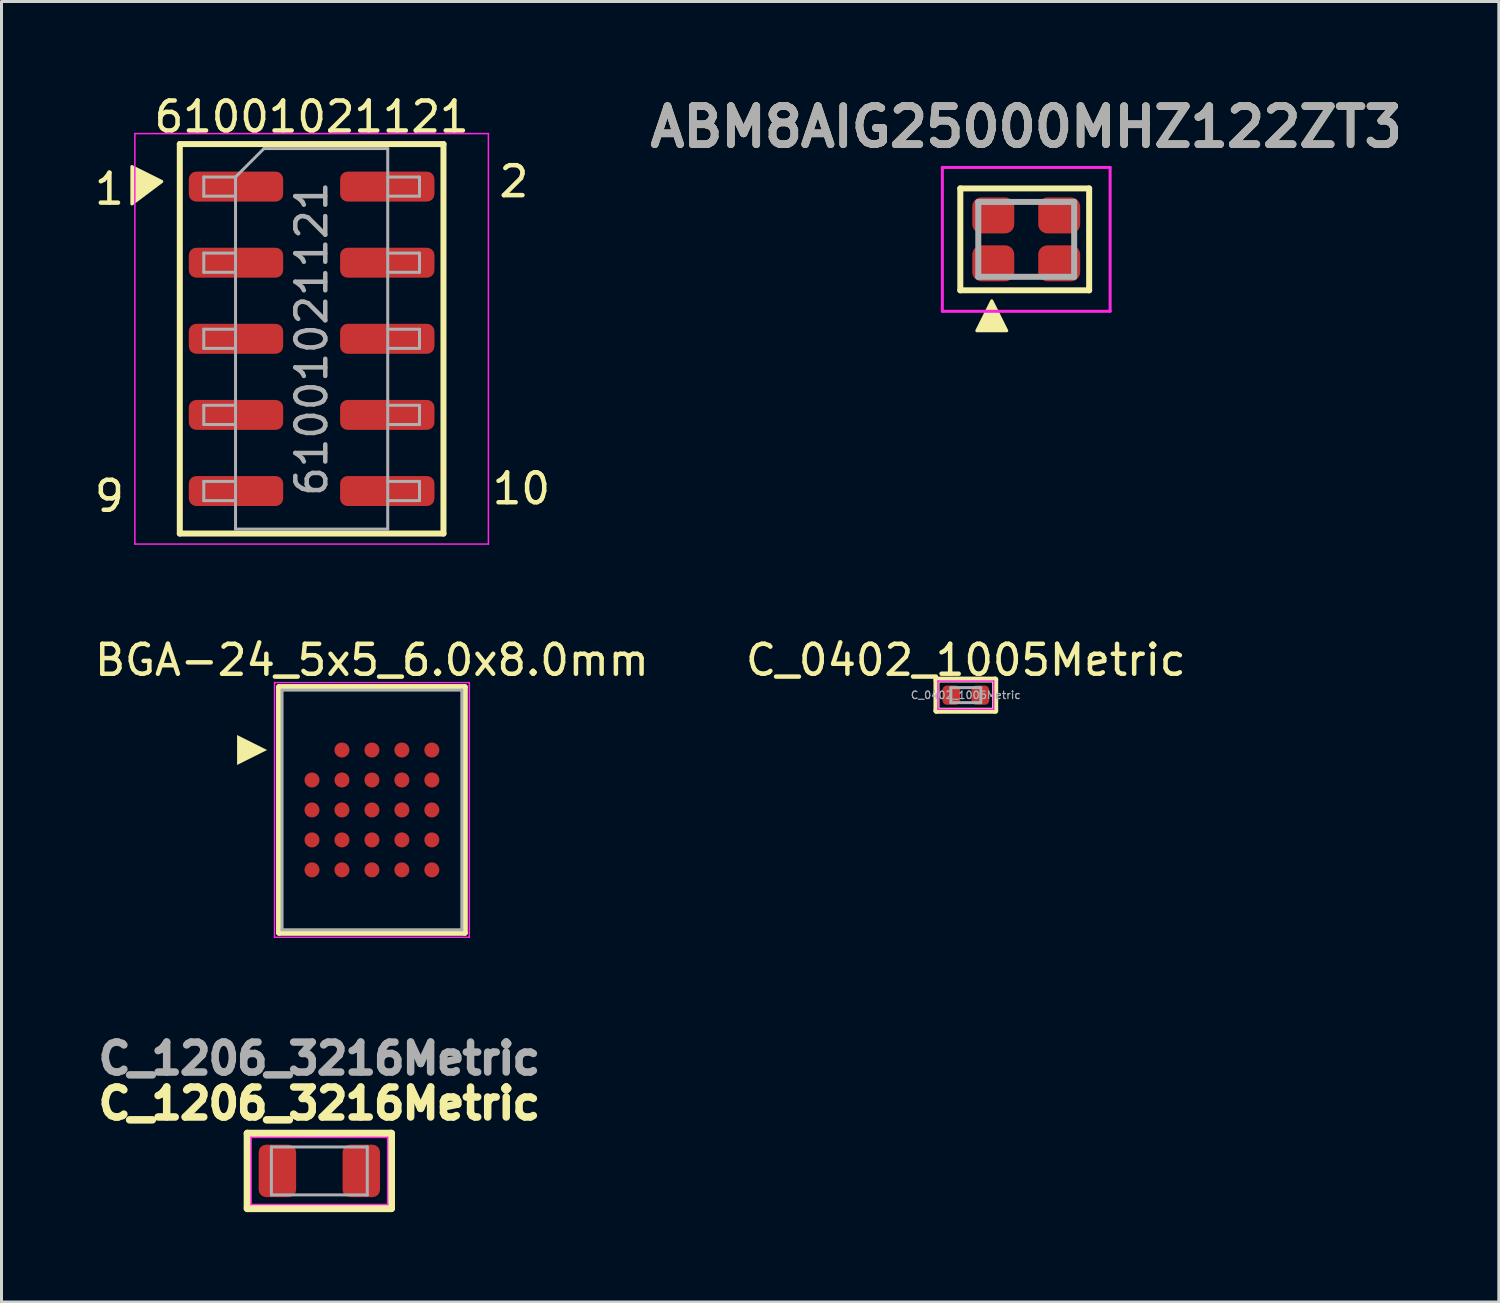
<source format=kicad_pcb>
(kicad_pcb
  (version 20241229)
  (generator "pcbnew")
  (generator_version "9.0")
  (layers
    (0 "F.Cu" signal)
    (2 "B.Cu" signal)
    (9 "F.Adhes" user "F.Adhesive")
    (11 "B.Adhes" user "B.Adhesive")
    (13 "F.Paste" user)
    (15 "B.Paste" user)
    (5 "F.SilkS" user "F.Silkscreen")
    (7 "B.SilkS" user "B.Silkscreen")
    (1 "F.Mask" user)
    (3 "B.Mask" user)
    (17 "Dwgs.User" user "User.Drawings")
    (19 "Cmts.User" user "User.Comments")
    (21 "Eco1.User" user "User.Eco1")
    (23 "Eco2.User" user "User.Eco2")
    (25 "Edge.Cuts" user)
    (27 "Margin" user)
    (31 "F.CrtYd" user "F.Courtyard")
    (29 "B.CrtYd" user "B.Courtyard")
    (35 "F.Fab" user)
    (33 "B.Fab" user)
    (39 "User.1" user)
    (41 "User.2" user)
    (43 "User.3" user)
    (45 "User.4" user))
  (footprint "61001021121"
    (layer "F.Cu")
    (at 7.351 8.258)
    (property "Reference" "61001021121" (at 0 -7.41 0) (layer "F.SilkS") (effects (font (size 1 1) (thickness 0.15))))
    (attr smd)
    (fp_line (start -4.4 -6.5) (end -4.4 6.5) (stroke (width 0.2) (type solid)) (layer "F.SilkS"))
    (fp_line (start -4.4 -6.5) (end 4.4 -6.5) (stroke (width 0.2) (type solid)) (layer "F.SilkS"))
    (fp_line (start -4.4 6.5) (end 4.4 6.5) (stroke (width 0.2) (type solid)) (layer "F.SilkS"))
    (fp_line (start 4.4 6.5) (end 4.4 -6.5) (stroke (width 0.2) (type solid)) (layer "F.SilkS"))
    (fp_poly (pts (xy -5 -5.25) (xy -6 -4.5) (xy -6 -5.75)) (stroke (width 0.1) (type solid)) (fill yes) (layer "F.SilkS"))
    (fp_line (start -5.9 -6.85) (end -5.9 6.85) (stroke (width 0.05) (type solid)) (layer "F.CrtYd"))
    (fp_line (start -5.9 6.85) (end 5.9 6.85) (stroke (width 0.05) (type solid)) (layer "F.CrtYd"))
    (fp_line (start 5.9 -6.85) (end -5.9 -6.85) (stroke (width 0.05) (type solid)) (layer "F.CrtYd"))
    (fp_line (start 5.9 6.85) (end 5.9 -6.85) (stroke (width 0.05) (type solid)) (layer "F.CrtYd"))
    (fp_line (start -3.6 -5.4) (end -3.6 -4.76) (stroke (width 0.1) (type solid)) (layer "F.Fab"))
    (fp_line (start -3.6 -4.76) (end -2.54 -4.76) (stroke (width 0.1) (type solid)) (layer "F.Fab"))
    (fp_line (start -3.6 -2.86) (end -3.6 -2.22) (stroke (width 0.1) (type solid)) (layer "F.Fab"))
    (fp_line (start -3.6 -2.22) (end -2.54 -2.22) (stroke (width 0.1) (type solid)) (layer "F.Fab"))
    (fp_line (start -3.6 -0.32) (end -3.6 0.32) (stroke (width 0.1) (type solid)) (layer "F.Fab"))
    (fp_line (start -3.6 0.32) (end -2.54 0.32) (stroke (width 0.1) (type solid)) (layer "F.Fab"))
    (fp_line (start -3.6 2.22) (end -3.6 2.86) (stroke (width 0.1) (type solid)) (layer "F.Fab"))
    (fp_line (start -3.6 2.86) (end -2.54 2.86) (stroke (width 0.1) (type solid)) (layer "F.Fab"))
    (fp_line (start -3.6 4.76) (end -3.6 5.4) (stroke (width 0.1) (type solid)) (layer "F.Fab"))
    (fp_line (start -3.6 5.4) (end -2.54 5.4) (stroke (width 0.1) (type solid)) (layer "F.Fab"))
    (fp_line (start -2.54 -5.4) (end -3.6 -5.4) (stroke (width 0.1) (type solid)) (layer "F.Fab"))
    (fp_line (start -2.54 -5.4) (end -1.59 -6.35) (stroke (width 0.1) (type solid)) (layer "F.Fab"))
    (fp_line (start -2.54 -2.86) (end -3.6 -2.86) (stroke (width 0.1) (type solid)) (layer "F.Fab"))
    (fp_line (start -2.54 -0.32) (end -3.6 -0.32) (stroke (width 0.1) (type solid)) (layer "F.Fab"))
    (fp_line (start -2.54 2.22) (end -3.6 2.22) (stroke (width 0.1) (type solid)) (layer "F.Fab"))
    (fp_line (start -2.54 4.76) (end -3.6 4.76) (stroke (width 0.1) (type solid)) (layer "F.Fab"))
    (fp_line (start -2.54 6.35) (end -2.54 -5.4) (stroke (width 0.1) (type solid)) (layer "F.Fab"))
    (fp_line (start -1.59 -6.35) (end 2.54 -6.35) (stroke (width 0.1) (type solid)) (layer "F.Fab"))
    (fp_line (start 2.54 -6.35) (end 2.54 6.35) (stroke (width 0.1) (type solid)) (layer "F.Fab"))
    (fp_line (start 2.54 -5.4) (end 3.6 -5.4) (stroke (width 0.1) (type solid)) (layer "F.Fab"))
    (fp_line (start 2.54 -2.86) (end 3.6 -2.86) (stroke (width 0.1) (type solid)) (layer "F.Fab"))
    (fp_line (start 2.54 -0.32) (end 3.6 -0.32) (stroke (width 0.1) (type solid)) (layer "F.Fab"))
    (fp_line (start 2.54 2.22) (end 3.6 2.22) (stroke (width 0.1) (type solid)) (layer "F.Fab"))
    (fp_line (start 2.54 4.76) (end 3.6 4.76) (stroke (width 0.1) (type solid)) (layer "F.Fab"))
    (fp_line (start 2.54 6.35) (end -2.54 6.35) (stroke (width 0.1) (type solid)) (layer "F.Fab"))
    (fp_line (start 3.6 -5.4) (end 3.6 -4.76) (stroke (width 0.1) (type solid)) (layer "F.Fab"))
    (fp_line (start 3.6 -4.76) (end 2.54 -4.76) (stroke (width 0.1) (type solid)) (layer "F.Fab"))
    (fp_line (start 3.6 -2.86) (end 3.6 -2.22) (stroke (width 0.1) (type solid)) (layer "F.Fab"))
    (fp_line (start 3.6 -2.22) (end 2.54 -2.22) (stroke (width 0.1) (type solid)) (layer "F.Fab"))
    (fp_line (start 3.6 -0.32) (end 3.6 0.32) (stroke (width 0.1) (type solid)) (layer "F.Fab"))
    (fp_line (start 3.6 0.32) (end 2.54 0.32) (stroke (width 0.1) (type solid)) (layer "F.Fab"))
    (fp_line (start 3.6 2.22) (end 3.6 2.86) (stroke (width 0.1) (type solid)) (layer "F.Fab"))
    (fp_line (start 3.6 2.86) (end 2.54 2.86) (stroke (width 0.1) (type solid)) (layer "F.Fab"))
    (fp_line (start 3.6 4.76) (end 3.6 5.4) (stroke (width 0.1) (type solid)) (layer "F.Fab"))
    (fp_line (start 3.6 5.4) (end 2.54 5.4) (stroke (width 0.1) (type solid)) (layer "F.Fab"))
    (fp_text user "2" (at 6.75 -5.25 0) (layer "F.SilkS") (effects (font (size 1 1) (thickness 0.15))))
    (fp_text user "1" (at -6.75 -5 0) (layer "F.SilkS") (effects (font (size 1 1) (thickness 0.15))))
    (fp_text user "9" (at -6.75 5.25 0) (layer "F.SilkS") (effects (font (size 1 1) (thickness 0.15))))
    (fp_text user "10" (at 7 5 0) (layer "F.SilkS") (effects (font (size 1 1) (thickness 0.15))))
    (fp_text user "${REFERENCE}" (at 0 0 90) (layer "F.Fab") (effects (font (size 1 1) (thickness 0.15))))
    (pad "1" smd roundrect (at -2.525 -5.08) (size 3.15 1) (layers "F.Cu" "F.Mask" "F.Paste") (roundrect_rratio 0.25))
    (pad "2" smd roundrect (at 2.525 -5.08) (size 3.15 1) (layers "F.Cu" "F.Mask" "F.Paste") (roundrect_rratio 0.25))
    (pad "3" smd roundrect (at -2.525 -2.54) (size 3.15 1) (layers "F.Cu" "F.Mask" "F.Paste") (roundrect_rratio 0.25))
    (pad "4" smd roundrect (at 2.525 -2.54) (size 3.15 1) (layers "F.Cu" "F.Mask" "F.Paste") (roundrect_rratio 0.25))
    (pad "5" smd roundrect (at -2.525 0) (size 3.15 1) (layers "F.Cu" "F.Mask" "F.Paste") (roundrect_rratio 0.25))
    (pad "6" smd roundrect (at 2.525 0) (size 3.15 1) (layers "F.Cu" "F.Mask" "F.Paste") (roundrect_rratio 0.25))
    (pad "7" smd roundrect (at -2.525 2.54) (size 3.15 1) (layers "F.Cu" "F.Mask" "F.Paste") (roundrect_rratio 0.25))
    (pad "8" smd roundrect (at 2.525 2.54) (size 3.15 1) (layers "F.Cu" "F.Mask" "F.Paste") (roundrect_rratio 0.25))
    (pad "9" smd roundrect (at -2.525 5.08) (size 3.15 1) (layers "F.Cu" "F.Mask" "F.Paste") (roundrect_rratio 0.25))
    (pad "10" smd roundrect (at 2.525 5.08) (size 3.15 1) (layers "F.Cu" "F.Mask" "F.Paste") (roundrect_rratio 0.25)))
  (footprint "ABM8AIG25000MHZ122ZT3"
    (layer "F.Cu")
    (at 31.201 4.939)
    (property "Reference" "ABM8AIG25000MHZ122ZT3" (at 0 -3.75 0) (layer "F.SilkS") (effects (font (size 1.27 1.27) (thickness 0.254))))
    (attr smd)
    (fp_line (start -2.2 -1.7) (end 2.1 -1.7) (stroke (width 0.2) (type solid)) (layer "F.SilkS"))
    (fp_line (start -2.2 1.7) (end -2.2 -1.7) (stroke (width 0.2) (type solid)) (layer "F.SilkS"))
    (fp_line (start -2.2 1.7) (end 2.1 1.7) (stroke (width 0.2) (type solid)) (layer "F.SilkS"))
    (fp_line (start 2.1 1.7) (end 2.1 -1.7) (stroke (width 0.2) (type solid)) (layer "F.SilkS"))
    (fp_poly (pts (xy -0.65 3.05) (xy -1.65 3.05) (xy -1.15 2.05)) (stroke (width 0.1) (type solid)) (fill yes) (layer "F.SilkS"))
    (fp_line (start -2.8 -2.4) (end 2.8 -2.4) (stroke (width 0.1) (type solid)) (layer "F.CrtYd"))
    (fp_line (start -2.8 2.4) (end -2.8 -2.4) (stroke (width 0.1) (type solid)) (layer "F.CrtYd"))
    (fp_line (start 2.8 -2.4) (end 2.8 2.4) (stroke (width 0.1) (type solid)) (layer "F.CrtYd"))
    (fp_line (start 2.8 2.4) (end -2.8 2.4) (stroke (width 0.1) (type solid)) (layer "F.CrtYd"))
    (fp_line (start -1.6 -1.25) (end -1.6 1.25) (stroke (width 0.2) (type solid)) (layer "F.Fab"))
    (fp_line (start -1.6 1.25) (end 1.6 1.25) (stroke (width 0.2) (type solid)) (layer "F.Fab"))
    (fp_line (start 1.6 -1.25) (end -1.6 -1.25) (stroke (width 0.2) (type solid)) (layer "F.Fab"))
    (fp_line (start 1.6 1.25) (end 1.6 -1.25) (stroke (width 0.2) (type solid)) (layer "F.Fab"))
    (fp_text user "${REFERENCE}" (at 0 -3.75 0) (layer "F.Fab") (effects (font (size 1.27 1.27) (thickness 0.254))))
    (pad "1" smd roundrect (at -1.1 0.8 90) (size 1.2 1.4) (layers "F.Cu" "F.Mask" "F.Paste") (roundrect_rratio 0.25))
    (pad "2" smd roundrect (at 1.1 0.8 90) (size 1.2 1.4) (layers "F.Cu" "F.Mask" "F.Paste") (roundrect_rratio 0.25))
    (pad "3" smd roundrect (at 1.1 -0.8 90) (size 1.2 1.4) (layers "F.Cu" "F.Mask" "F.Paste") (roundrect_rratio 0.25))
    (pad "4" smd roundrect (at -1.1 -0.8 90) (size 1.2 1.4) (layers "F.Cu" "F.Mask" "F.Paste") (roundrect_rratio 0.25)))
  (footprint "C_0402_1005Metric"
    (layer "F.Cu")
    (at 29.185 20.151)
    (property "Reference" "C_0402_1005Metric" (at 0 -1.17 0) (layer "F.SilkS") (effects (font (size 1 1) (thickness 0.15))))
    (attr smd)
    (fp_line (start -0.98 -0.52) (end -0.98 0.52) (stroke (width 0.2) (type solid)) (layer "F.SilkS"))
    (fp_line (start -0.98 -0.52) (end 0.98 -0.52) (stroke (width 0.2) (type solid)) (layer "F.SilkS"))
    (fp_line (start -0.98 0.52) (end 0.98 0.52) (stroke (width 0.2) (type solid)) (layer "F.SilkS"))
    (fp_line (start 0.98 -0.52) (end 0.98 0.52) (stroke (width 0.2) (type solid)) (layer "F.SilkS"))
    (fp_line (start -0.93 -0.47) (end 0.93 -0.47) (stroke (width 0.05) (type solid)) (layer "F.CrtYd"))
    (fp_line (start -0.93 0.47) (end -0.93 -0.47) (stroke (width 0.05) (type solid)) (layer "F.CrtYd"))
    (fp_line (start 0.93 -0.47) (end 0.93 0.47) (stroke (width 0.05) (type solid)) (layer "F.CrtYd"))
    (fp_line (start 0.93 0.47) (end -0.93 0.47) (stroke (width 0.05) (type solid)) (layer "F.CrtYd"))
    (fp_line (start -0.5 -0.25) (end 0.5 -0.25) (stroke (width 0.1) (type solid)) (layer "F.Fab"))
    (fp_line (start -0.5 0.25) (end -0.5 -0.25) (stroke (width 0.1) (type solid)) (layer "F.Fab"))
    (fp_line (start 0.5 -0.25) (end 0.5 0.25) (stroke (width 0.1) (type solid)) (layer "F.Fab"))
    (fp_line (start 0.5 0.25) (end -0.5 0.25) (stroke (width 0.1) (type solid)) (layer "F.Fab"))
    (fp_text user "${REFERENCE}" (at 0 0 0) (layer "F.Fab") (effects (font (size 0.25 0.25) (thickness 0.04))))
    (pad "1" smd roundrect (at -0.485 0) (size 0.59 0.64) (layers "F.Cu" "F.Mask" "F.Paste") (roundrect_rratio 0.25))
    (pad "2" smd roundrect (at 0.485 0) (size 0.59 0.64) (layers "F.Cu" "F.Mask" "F.Paste") (roundrect_rratio 0.25)))
  (footprint "BGA-24_5x5_6.0x8.0mm"
    (layer "F.Cu")
    (at 9.363 23.982)
    (property "Reference" "BGA-24_5x5_6.0x8.0mm" (at 0 -5 0) (layer "F.SilkS") (effects (font (size 1 1) (thickness 0.15))))
    (attr smd)
    (fp_line (start -3.1 -4.1) (end -3.1 4.1) (stroke (width 0.2) (type solid)) (layer "F.SilkS"))
    (fp_line (start -3.1 -4.1) (end 3.1 -4.1) (stroke (width 0.2) (type solid)) (layer "F.SilkS"))
    (fp_line (start -3.1 4.1) (end 3.1 4.1) (stroke (width 0.2) (type solid)) (layer "F.SilkS"))
    (fp_line (start 3.1 -4.1) (end 3.1 4.1) (stroke (width 0.2) (type solid)) (layer "F.SilkS"))
    (fp_poly (pts (xy -3.5 -2) (xy -4.5 -1.5) (xy -4.5 -2.5)) (stroke (width 0) (type solid)) (fill yes) (layer "F.SilkS"))
    (fp_line (start -3.25 -4.25) (end 3.25 -4.25) (stroke (width 0.05) (type solid)) (layer "F.CrtYd"))
    (fp_line (start -3.25 4.25) (end -3.25 -4.25) (stroke (width 0.05) (type solid)) (layer "F.CrtYd"))
    (fp_line (start 3.25 -4.25) (end 3.25 4.25) (stroke (width 0.05) (type solid)) (layer "F.CrtYd"))
    (fp_line (start 3.25 4.25) (end -3.25 4.25) (stroke (width 0.05) (type solid)) (layer "F.CrtYd"))
    (fp_line (start -3 -4) (end -3 4) (stroke (width 0.1) (type solid)) (layer "F.Fab"))
    (fp_line (start -3 4) (end 3 4) (stroke (width 0.1) (type solid)) (layer "F.Fab"))
    (fp_line (start 3 -4) (end -3 -4) (stroke (width 0.1) (type solid)) (layer "F.Fab"))
    (fp_line (start 3 4) (end 3 -4) (stroke (width 0.1) (type solid)) (layer "F.Fab"))
    (pad "A2" smd circle (at -1 -2) (size 0.5 0.5) (layers "F.Cu" "F.Mask" "F.Paste"))
    (pad "A3" smd circle (at 0 -2) (size 0.5 0.5) (layers "F.Cu" "F.Mask" "F.Paste"))
    (pad "A4" smd circle (at 1 -2) (size 0.5 0.5) (layers "F.Cu" "F.Mask" "F.Paste"))
    (pad "A5" smd circle (at 2 -2) (size 0.5 0.5) (layers "F.Cu" "F.Mask" "F.Paste"))
    (pad "B1" smd circle (at -2 -1) (size 0.5 0.5) (layers "F.Cu" "F.Mask" "F.Paste"))
    (pad "B2" smd circle (at -1 -1) (size 0.5 0.5) (layers "F.Cu" "F.Mask" "F.Paste"))
    (pad "B3" smd circle (at 0 -1) (size 0.5 0.5) (layers "F.Cu" "F.Mask" "F.Paste"))
    (pad "B4" smd circle (at 1 -1) (size 0.5 0.5) (layers "F.Cu" "F.Mask" "F.Paste"))
    (pad "B5" smd circle (at 2 -1) (size 0.5 0.5) (layers "F.Cu" "F.Mask" "F.Paste"))
    (pad "C1" smd circle (at -2 0) (size 0.5 0.5) (layers "F.Cu" "F.Mask" "F.Paste"))
    (pad "C2" smd circle (at -1 0) (size 0.5 0.5) (layers "F.Cu" "F.Mask" "F.Paste"))
    (pad "C3" smd circle (at 0 0) (size 0.5 0.5) (layers "F.Cu" "F.Mask" "F.Paste"))
    (pad "C4" smd circle (at 1 0) (size 0.5 0.5) (layers "F.Cu" "F.Mask" "F.Paste"))
    (pad "C5" smd circle (at 2 0) (size 0.5 0.5) (layers "F.Cu" "F.Mask" "F.Paste"))
    (pad "D1" smd circle (at -2 1) (size 0.5 0.5) (layers "F.Cu" "F.Mask" "F.Paste"))
    (pad "D2" smd circle (at -1 1) (size 0.5 0.5) (layers "F.Cu" "F.Mask" "F.Paste"))
    (pad "D3" smd circle (at 0 1) (size 0.5 0.5) (layers "F.Cu" "F.Mask" "F.Paste"))
    (pad "D4" smd circle (at 1 1) (size 0.5 0.5) (layers "F.Cu" "F.Mask" "F.Paste"))
    (pad "D5" smd circle (at 2 1) (size 0.5 0.5) (layers "F.Cu" "F.Mask" "F.Paste"))
    (pad "E1" smd circle (at -2 2) (size 0.5 0.5) (layers "F.Cu" "F.Mask" "F.Paste"))
    (pad "E2" smd circle (at -1 2) (size 0.5 0.5) (layers "F.Cu" "F.Mask" "F.Paste"))
    (pad "E3" smd circle (at 0 2) (size 0.5 0.5) (layers "F.Cu" "F.Mask" "F.Paste"))
    (pad "E4" smd circle (at 1 2) (size 0.5 0.5) (layers "F.Cu" "F.Mask" "F.Paste"))
    (pad "E5" smd circle (at 2 2) (size 0.5 0.5) (layers "F.Cu" "F.Mask" "F.Paste")))
  (footprint "C_1206_3216Metric"
    (layer "F.Cu")
    (at 7.608 36.03)
    (property "Reference" "C_1206_3216Metric" (at 0 -2.25 0) (layer "F.SilkS") (effects (font (size 1 1) (thickness 0.25))))
    (attr smd)
    (fp_line (start -2.4 -1.25) (end 2.4 -1.25) (stroke (width 0.25) (type solid)) (layer "F.SilkS"))
    (fp_line (start -2.4 1.25) (end -2.4 -1.25) (stroke (width 0.25) (type solid)) (layer "F.SilkS"))
    (fp_line (start -2.4 1.25) (end 2.4 1.25) (stroke (width 0.25) (type solid)) (layer "F.SilkS"))
    (fp_line (start 2.4 1.25) (end 2.4 -1.25) (stroke (width 0.25) (type solid)) (layer "F.SilkS"))
    (fp_line (start -2.28 -1.12) (end 2.28 -1.12) (stroke (width 0.05) (type solid)) (layer "F.CrtYd"))
    (fp_line (start -2.28 1.12) (end -2.28 -1.12) (stroke (width 0.05) (type solid)) (layer "F.CrtYd"))
    (fp_line (start 2.28 -1.12) (end 2.28 1.12) (stroke (width 0.05) (type solid)) (layer "F.CrtYd"))
    (fp_line (start 2.28 1.12) (end -2.28 1.12) (stroke (width 0.05) (type solid)) (layer "F.CrtYd"))
    (fp_line (start -1.6 -0.8) (end 1.6 -0.8) (stroke (width 0.1) (type solid)) (layer "F.Fab"))
    (fp_line (start -1.6 0.8) (end -1.6 -0.8) (stroke (width 0.1) (type solid)) (layer "F.Fab"))
    (fp_line (start 1.6 -0.8) (end 1.6 0.8) (stroke (width 0.1) (type solid)) (layer "F.Fab"))
    (fp_line (start 1.6 0.8) (end -1.6 0.8) (stroke (width 0.1) (type solid)) (layer "F.Fab"))
    (fp_text user "${REFERENCE}" (at 0 -3.75 0) (layer "F.Fab") (effects (font (size 1 1) (thickness 0.25))))
    (pad "1" smd roundrect (at -1.4 0) (size 1.25 1.75) (layers "F.Cu" "F.Mask" "F.Paste") (roundrect_rratio 0.2))
    (pad "2" smd roundrect (at 1.4 0) (size 1.25 1.75) (layers "F.Cu" "F.Mask" "F.Paste") (roundrect_rratio 0.2)))
  (gr_rect
    (start -3 -3)
    (end 46.974 40.405)
    (stroke (width 0.1) (type default))
    (fill no)
    (layer "Edge.Cuts")))
</source>
